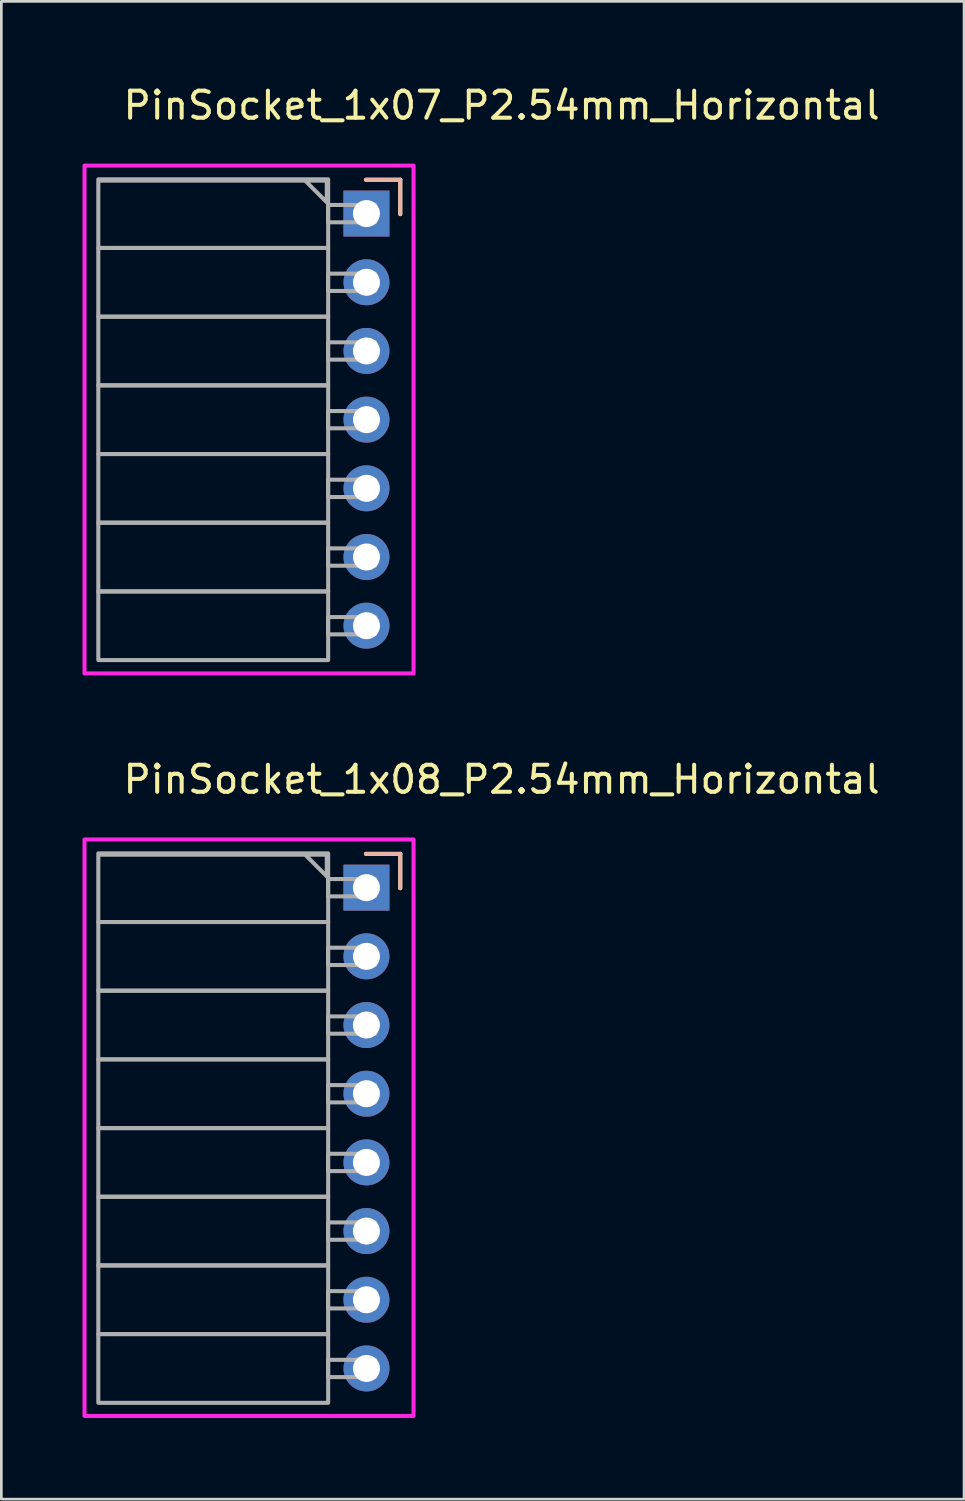
<source format=kicad_pcb>
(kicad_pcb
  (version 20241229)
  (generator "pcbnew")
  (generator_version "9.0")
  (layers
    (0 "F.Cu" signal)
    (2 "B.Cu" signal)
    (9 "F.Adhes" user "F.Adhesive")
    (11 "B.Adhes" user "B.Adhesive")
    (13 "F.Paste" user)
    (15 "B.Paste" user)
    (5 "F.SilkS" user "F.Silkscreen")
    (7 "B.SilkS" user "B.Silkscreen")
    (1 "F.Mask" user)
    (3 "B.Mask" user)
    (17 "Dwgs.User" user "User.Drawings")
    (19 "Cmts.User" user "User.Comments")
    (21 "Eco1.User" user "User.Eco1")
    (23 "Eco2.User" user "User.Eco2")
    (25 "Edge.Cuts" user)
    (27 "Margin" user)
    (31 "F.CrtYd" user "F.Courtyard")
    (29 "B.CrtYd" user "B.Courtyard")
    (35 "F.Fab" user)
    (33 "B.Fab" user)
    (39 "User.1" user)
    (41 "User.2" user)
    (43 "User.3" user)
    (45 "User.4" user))
  (footprint "PinSocket_1x07_P2.54mm_Horizontal"
    (layer "F.Cu")
    (at 10.501 4.848)
    (property "Reference" "PinSocket_1x07_P2.54mm_Horizontal" (at 5 -4 0) (unlocked yes) (layer "F.SilkS") (effects (font (size 1 1) (thickness 0.15))))
    (attr through_hole)
    (fp_line (start 1.251 -1.249) (end -0.019 -1.249) (stroke (width 0.15) (type solid)) (layer "F.SilkS"))
    (fp_line (start 1.251 0.021) (end 1.251 -1.249) (stroke (width 0.15) (type solid)) (layer "F.SilkS"))
    (fp_line (start 1.251 -1.249) (end -0.019 -1.249) (stroke (width 0.15) (type solid)) (layer "B.SilkS"))
    (fp_line (start 1.251 0.021) (end 1.251 -1.249) (stroke (width 0.15) (type solid)) (layer "B.SilkS"))
    (fp_poly (pts (xy 1.743 17.005) (xy -10.426 17.005) (xy -10.426 -1.774) (xy 1.743 -1.774)) (stroke (width 0.15) (type solid)) (fill no) (layer "F.CrtYd"))
    (fp_poly (pts (xy -1.415 3.813) (xy -9.915 3.813) (xy -9.915 1.273) (xy -1.415 1.273)) (stroke (width 0.15) (type solid)) (fill no) (layer "F.Fab"))
    (fp_poly (pts (xy -1.415 6.353) (xy -9.915 6.353) (xy -9.915 3.813) (xy -1.415 3.813)) (stroke (width 0.15) (type solid)) (fill no) (layer "F.Fab"))
    (fp_poly (pts (xy -1.415 8.893) (xy -9.915 8.893) (xy -9.915 6.353) (xy -1.415 6.353)) (stroke (width 0.15) (type solid)) (fill no) (layer "F.Fab"))
    (fp_poly (pts (xy -1.415 11.433) (xy -9.915 11.433) (xy -9.915 8.893) (xy -1.415 8.893)) (stroke (width 0.15) (type solid)) (fill no) (layer "F.Fab"))
    (fp_poly (pts (xy -1.415 13.973) (xy -9.915 13.973) (xy -9.915 11.433) (xy -1.415 11.433)) (stroke (width 0.15) (type solid)) (fill no) (layer "F.Fab"))
    (fp_poly (pts (xy -1.415 16.513) (xy -9.915 16.513) (xy -9.915 13.973) (xy -1.415 13.973)) (stroke (width 0.15) (type solid)) (fill no) (layer "F.Fab"))
    (fp_poly (pts (xy -0.318 0.322) (xy -1.418 0.322) (xy -1.418 -0.318) (xy -0.318 -0.318)) (stroke (width 0.15) (type solid)) (fill no) (layer "F.Fab"))
    (fp_poly (pts (xy -0.318 2.862) (xy -1.418 2.862) (xy -1.418 2.222) (xy -0.318 2.222)) (stroke (width 0.15) (type solid)) (fill no) (layer "F.Fab"))
    (fp_poly (pts (xy -0.318 5.402) (xy -1.418 5.402) (xy -1.418 4.762) (xy -0.318 4.762)) (stroke (width 0.15) (type solid)) (fill no) (layer "F.Fab"))
    (fp_poly (pts (xy -0.318 7.942) (xy -1.418 7.942) (xy -1.418 7.302) (xy -0.318 7.302)) (stroke (width 0.15) (type solid)) (fill no) (layer "F.Fab"))
    (fp_poly (pts (xy -0.318 10.482) (xy -1.418 10.482) (xy -1.418 9.842) (xy -0.318 9.842)) (stroke (width 0.15) (type solid)) (fill no) (layer "F.Fab"))
    (fp_poly (pts (xy -0.318 13.022) (xy -1.418 13.022) (xy -1.418 12.382) (xy -0.318 12.382)) (stroke (width 0.15) (type solid)) (fill no) (layer "F.Fab"))
    (fp_poly (pts (xy -0.318 15.562) (xy -1.418 15.562) (xy -1.418 14.922) (xy -0.318 14.922)) (stroke (width 0.15) (type solid)) (fill no) (layer "F.Fab"))
    (fp_poly (pts (xy 0.32 0.32) (xy -0.32 0.32) (xy -0.32 -0.32) (xy 0.32 -0.32)) (stroke (width 0.15) (type solid)) (fill no) (layer "F.Fab"))
    (fp_poly (pts (xy 0.322 2.86) (xy -0.318 2.86) (xy -0.318 2.221) (xy 0.322 2.221)) (stroke (width 0.15) (type solid)) (fill no) (layer "F.Fab"))
    (fp_poly (pts (xy 0.322 5.4) (xy -0.318 5.4) (xy -0.318 4.76) (xy 0.322 4.76)) (stroke (width 0.15) (type solid)) (fill no) (layer "F.Fab"))
    (fp_poly (pts (xy 0.322 7.94) (xy -0.318 7.94) (xy -0.318 7.3) (xy 0.322 7.3)) (stroke (width 0.15) (type solid)) (fill no) (layer "F.Fab"))
    (fp_poly (pts (xy 0.322 10.48) (xy -0.318 10.48) (xy -0.318 9.841) (xy 0.322 9.841)) (stroke (width 0.15) (type solid)) (fill no) (layer "F.Fab"))
    (fp_poly (pts (xy 0.322 13.02) (xy -0.318 13.02) (xy -0.318 12.381) (xy 0.322 12.381)) (stroke (width 0.15) (type solid)) (fill no) (layer "F.Fab"))
    (fp_poly (pts (xy 0.322 15.56) (xy -0.318 15.56) (xy -0.318 14.921) (xy 0.322 14.921)) (stroke (width 0.15) (type solid)) (fill no) (layer "F.Fab"))
    (fp_poly (pts (xy -1.415 1.272) (xy -9.915 1.272) (xy -9.915 -1.218) (xy -2.267 -1.218) (xy -1.466 -0.417) (xy -1.466 -1.218) (xy -2.267 -1.218) (xy -9.915 -1.218) (xy -9.915 -1.267) (xy -1.415 -1.267)) (stroke (width 0.15) (type solid)) (fill no) (layer "F.Fab"))
    (pad "1" thru_hole rect (at 0 0) (size 1.7 1.7) (drill 1) (layers "*.Cu" "*.Mask"))
    (pad "2" thru_hole oval (at 0.002 2.541) (size 1.7 1.7) (drill 1) (layers "*.Cu" "*.Mask"))
    (pad "3" thru_hole oval (at 0.002 5.081) (size 1.7 1.7) (drill 1) (layers "*.Cu" "*.Mask"))
    (pad "4" thru_hole oval (at 0.002 7.621) (size 1.7 1.7) (drill 1) (layers "*.Cu" "*.Mask"))
    (pad "5" thru_hole oval (at 0.002 10.161) (size 1.7 1.7) (drill 1) (layers "*.Cu" "*.Mask"))
    (pad "6" thru_hole oval (at 0.002 12.701) (size 1.7 1.7) (drill 1) (layers "*.Cu" "*.Mask"))
    (pad "7" thru_hole oval (at 0.002 15.241) (size 1.7 1.7) (drill 1) (layers "*.Cu" "*.Mask")))
  (footprint "PinSocket_1x08_P2.54mm_Horizontal"
    (layer "F.Cu")
    (at 10.501 29.776)
    (property "Reference" "PinSocket_1x08_P2.54mm_Horizontal" (at 5 -4 0) (unlocked yes) (layer "F.SilkS") (effects (font (size 1 1) (thickness 0.15))))
    (attr through_hole)
    (fp_line (start 1.251 -1.249) (end -0.019 -1.249) (stroke (width 0.15) (type solid)) (layer "F.SilkS"))
    (fp_line (start 1.251 0.021) (end 1.251 -1.249) (stroke (width 0.15) (type solid)) (layer "F.SilkS"))
    (fp_line (start 1.251 -1.249) (end -0.019 -1.249) (stroke (width 0.15) (type solid)) (layer "B.SilkS"))
    (fp_line (start 1.251 0.021) (end 1.251 -1.249) (stroke (width 0.15) (type solid)) (layer "B.SilkS"))
    (fp_poly (pts (xy 1.743 19.538) (xy -10.426 19.538) (xy -10.426 -1.781) (xy 1.743 -1.781)) (stroke (width 0.15) (type solid)) (fill no) (layer "F.CrtYd"))
    (fp_poly (pts (xy -1.415 3.812) (xy -9.915 3.812) (xy -9.915 1.272) (xy -1.415 1.272)) (stroke (width 0.15) (type solid)) (fill no) (layer "F.Fab"))
    (fp_poly (pts (xy -1.415 6.352) (xy -9.915 6.352) (xy -9.915 3.812) (xy -1.415 3.812)) (stroke (width 0.15) (type solid)) (fill no) (layer "F.Fab"))
    (fp_poly (pts (xy -1.415 8.892) (xy -9.915 8.892) (xy -9.915 6.352) (xy -1.415 6.352)) (stroke (width 0.15) (type solid)) (fill no) (layer "F.Fab"))
    (fp_poly (pts (xy -1.415 11.432) (xy -9.915 11.432) (xy -9.915 8.892) (xy -1.415 8.892)) (stroke (width 0.15) (type solid)) (fill no) (layer "F.Fab"))
    (fp_poly (pts (xy -1.415 13.972) (xy -9.915 13.972) (xy -9.915 11.432) (xy -1.415 11.432)) (stroke (width 0.15) (type solid)) (fill no) (layer "F.Fab"))
    (fp_poly (pts (xy -1.415 16.512) (xy -9.915 16.512) (xy -9.915 13.972) (xy -1.415 13.972)) (stroke (width 0.15) (type solid)) (fill no) (layer "F.Fab"))
    (fp_poly (pts (xy -1.415 19.052) (xy -9.915 19.052) (xy -9.915 16.512) (xy -1.415 16.512)) (stroke (width 0.15) (type solid)) (fill no) (layer "F.Fab"))
    (fp_poly (pts (xy -0.318 0.322) (xy -1.418 0.322) (xy -1.418 -0.318) (xy -0.318 -0.318)) (stroke (width 0.15) (type solid)) (fill no) (layer "F.Fab"))
    (fp_poly (pts (xy -0.318 2.862) (xy -1.418 2.862) (xy -1.418 2.222) (xy -0.318 2.222)) (stroke (width 0.15) (type solid)) (fill no) (layer "F.Fab"))
    (fp_poly (pts (xy -0.318 5.402) (xy -1.418 5.402) (xy -1.418 4.762) (xy -0.318 4.762)) (stroke (width 0.15) (type solid)) (fill no) (layer "F.Fab"))
    (fp_poly (pts (xy -0.318 7.942) (xy -1.418 7.942) (xy -1.418 7.302) (xy -0.318 7.302)) (stroke (width 0.15) (type solid)) (fill no) (layer "F.Fab"))
    (fp_poly (pts (xy -0.318 10.482) (xy -1.418 10.482) (xy -1.418 9.842) (xy -0.318 9.842)) (stroke (width 0.15) (type solid)) (fill no) (layer "F.Fab"))
    (fp_poly (pts (xy -0.318 13.022) (xy -1.418 13.022) (xy -1.418 12.382) (xy -0.318 12.382)) (stroke (width 0.15) (type solid)) (fill no) (layer "F.Fab"))
    (fp_poly (pts (xy -0.318 15.562) (xy -1.418 15.562) (xy -1.418 14.922) (xy -0.318 14.922)) (stroke (width 0.15) (type solid)) (fill no) (layer "F.Fab"))
    (fp_poly (pts (xy -0.318 18.102) (xy -1.418 18.102) (xy -1.418 17.462) (xy -0.318 17.462)) (stroke (width 0.15) (type solid)) (fill no) (layer "F.Fab"))
    (fp_poly (pts (xy 0.32 0.319) (xy -0.32 0.319) (xy -0.32 -0.321) (xy 0.32 -0.321)) (stroke (width 0.15) (type solid)) (fill no) (layer "F.Fab"))
    (fp_poly (pts (xy 0.322 2.861) (xy -0.318 2.861) (xy -0.318 2.221) (xy 0.322 2.221)) (stroke (width 0.15) (type solid)) (fill no) (layer "F.Fab"))
    (fp_poly (pts (xy 0.322 5.401) (xy -0.318 5.401) (xy -0.318 4.761) (xy 0.322 4.761)) (stroke (width 0.15) (type solid)) (fill no) (layer "F.Fab"))
    (fp_poly (pts (xy 0.322 7.941) (xy -0.318 7.941) (xy -0.318 7.301) (xy 0.322 7.301)) (stroke (width 0.15) (type solid)) (fill no) (layer "F.Fab"))
    (fp_poly (pts (xy 0.322 10.481) (xy -0.318 10.481) (xy -0.318 9.841) (xy 0.322 9.841)) (stroke (width 0.15) (type solid)) (fill no) (layer "F.Fab"))
    (fp_poly (pts (xy 0.322 13.021) (xy -0.318 13.021) (xy -0.318 12.381) (xy 0.322 12.381)) (stroke (width 0.15) (type solid)) (fill no) (layer "F.Fab"))
    (fp_poly (pts (xy 0.322 15.561) (xy -0.318 15.561) (xy -0.318 14.921) (xy 0.322 14.921)) (stroke (width 0.15) (type solid)) (fill no) (layer "F.Fab"))
    (fp_poly (pts (xy 0.322 18.101) (xy -0.318 18.101) (xy -0.318 17.461) (xy 0.322 17.461)) (stroke (width 0.15) (type solid)) (fill no) (layer "F.Fab"))
    (fp_poly (pts (xy -1.415 1.271) (xy -9.915 1.271) (xy -9.915 -1.219) (xy -2.267 -1.219) (xy -1.466 -0.418) (xy -1.466 -1.219) (xy -2.267 -1.219) (xy -9.915 -1.219) (xy -9.915 -1.268) (xy -1.415 -1.268)) (stroke (width 0.15) (type solid)) (fill no) (layer "F.Fab"))
    (pad "1" thru_hole rect (at 0 0) (size 1.7 1.7) (drill 1) (layers "*.Cu" "*.Mask"))
    (pad "2" thru_hole oval (at 0 2.541) (size 1.7 1.7) (drill 1) (layers "*.Cu" "*.Mask"))
    (pad "3" thru_hole oval (at 0 5.081) (size 1.7 1.7) (drill 1) (layers "*.Cu" "*.Mask"))
    (pad "4" thru_hole oval (at 0 7.621) (size 1.7 1.7) (drill 1) (layers "*.Cu" "*.Mask"))
    (pad "5" thru_hole oval (at 0 10.161) (size 1.7 1.7) (drill 1) (layers "*.Cu" "*.Mask"))
    (pad "6" thru_hole oval (at 0 12.701) (size 1.7 1.7) (drill 1) (layers "*.Cu" "*.Mask"))
    (pad "7" thru_hole oval (at 0 15.241) (size 1.7 1.7) (drill 1) (layers "*.Cu" "*.Mask"))
    (pad "8" thru_hole oval (at 0.002 17.781) (size 1.7 1.7) (drill 1) (layers "*.Cu" "*.Mask")))
  (gr_rect
    (start -3 -3)
    (end 32.602 52.39)
    (stroke (width 0.1) (type default))
    (fill no)
    (layer "Edge.Cuts")))
</source>
